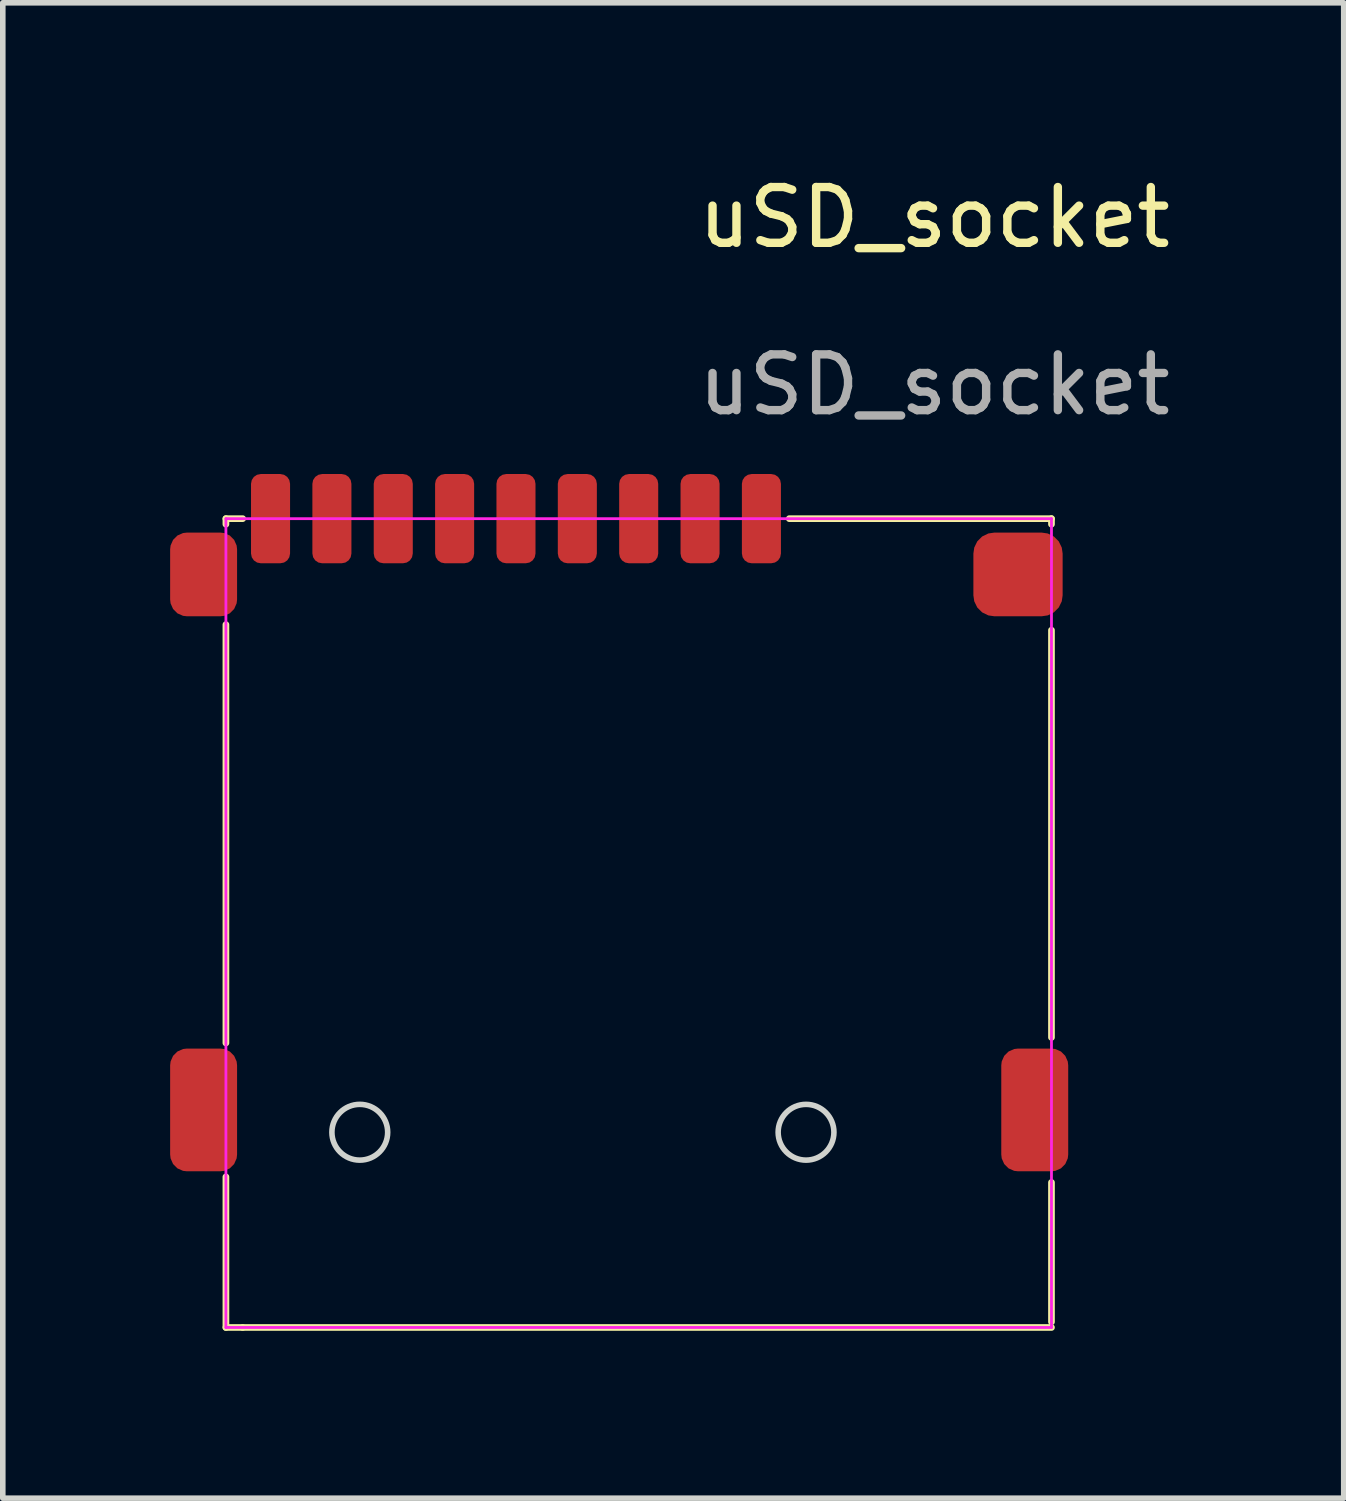
<source format=kicad_pcb>
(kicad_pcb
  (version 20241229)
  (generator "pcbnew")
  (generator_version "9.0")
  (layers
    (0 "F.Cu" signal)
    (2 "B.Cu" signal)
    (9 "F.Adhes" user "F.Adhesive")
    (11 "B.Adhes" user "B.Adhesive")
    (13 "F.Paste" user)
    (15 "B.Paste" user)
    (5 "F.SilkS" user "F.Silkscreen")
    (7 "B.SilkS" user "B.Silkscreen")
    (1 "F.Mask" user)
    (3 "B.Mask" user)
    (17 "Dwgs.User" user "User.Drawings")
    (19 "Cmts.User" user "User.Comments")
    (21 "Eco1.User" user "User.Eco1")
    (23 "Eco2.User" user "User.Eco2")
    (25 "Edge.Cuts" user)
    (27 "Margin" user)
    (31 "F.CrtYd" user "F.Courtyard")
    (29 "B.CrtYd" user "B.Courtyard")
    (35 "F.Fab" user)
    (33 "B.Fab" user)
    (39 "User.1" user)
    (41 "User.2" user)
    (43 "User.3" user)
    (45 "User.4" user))
  (footprint "uSD_socket"
    (layer "F.Cu")
    (at 5.1 9.748)
    (property "Reference" "uSD_socket" (at 8.6 -8.9 0) (unlocked yes) (layer "F.SilkS") (effects (font (size 1 1) (thickness 0.15))))
    (attr smd)
    (fp_line (start -4.1 -3.5) (end -4.1 -3.4) (stroke (width 0.12) (type solid)) (layer "F.SilkS"))
    (fp_line (start -4.1 -3.5) (end -3.8 -3.5) (stroke (width 0.12) (type solid)) (layer "F.SilkS"))
    (fp_line (start -4.1 5.9) (end -4.1 -1.6) (stroke (width 0.12) (type solid)) (layer "F.SilkS"))
    (fp_line (start -4.1 11) (end -4.1 8.3) (stroke (width 0.12) (type solid)) (layer "F.SilkS"))
    (fp_line (start -4.1 11) (end -3.8 11) (stroke (width 0.12) (type solid)) (layer "F.SilkS"))
    (fp_line (start 10.7 -3.5) (end 6 -3.5) (stroke (width 0.12) (type solid)) (layer "F.SilkS"))
    (fp_line (start 10.7 -3.5) (end 10.7 -3.4) (stroke (width 0.12) (type solid)) (layer "F.SilkS"))
    (fp_line (start 10.7 5.8) (end 10.7 -1.5) (stroke (width 0.12) (type solid)) (layer "F.SilkS"))
    (fp_line (start 10.7 10.9) (end 10.7 8.4) (stroke (width 0.12) (type solid)) (layer "F.SilkS"))
    (fp_line (start 10.7 11) (end -3.8 11) (stroke (width 0.12) (type solid)) (layer "F.SilkS"))
    (fp_circle (center -1.7 7.5) (end -1.2 7.5) (stroke (width 0.1) (type solid)) (fill no) (layer "Edge.Cuts"))
    (fp_circle (center 6.3 7.5) (end 6.8 7.5) (stroke (width 0.1) (type solid)) (fill no) (layer "Edge.Cuts"))
    (fp_line (start -4.1 -3.5) (end -4.1 11) (stroke (width 0.05) (type solid)) (layer "F.CrtYd"))
    (fp_line (start -4.1 -3.5) (end 10.7 -3.5) (stroke (width 0.05) (type solid)) (layer "F.CrtYd"))
    (fp_line (start -4.1 11) (end 10.7 11) (stroke (width 0.05) (type solid)) (layer "F.CrtYd"))
    (fp_line (start 10.7 -3.5) (end 10.7 11) (stroke (width 0.05) (type solid)) (layer "F.CrtYd"))
    (fp_text user "${REFERENCE}" (at 8.6 -5.9 0) (unlocked yes) (layer "F.Fab") (effects (font (size 1 1) (thickness 0.15))))
    (pad "" smd roundrect (at -4.5 -2.5) (size 1.2 1.5) (layers "F.Cu" "F.Mask" "F.Paste") (roundrect_rratio 0.25))
    (pad "" smd roundrect (at -4.5 7.1) (size 1.2 2.2) (layers "F.Cu" "F.Mask" "F.Paste") (roundrect_rratio 0.25))
    (pad "" smd roundrect (at 10.1 -2.5) (size 1.6 1.5) (layers "F.Cu" "F.Mask" "F.Paste") (roundrect_rratio 0.25))
    (pad "" smd roundrect (at 10.4 7.1) (size 1.2 2.2) (layers "F.Cu" "F.Mask" "F.Paste") (roundrect_rratio 0.25))
    (pad "1" smd roundrect (at 5.5 -3.5) (size 0.7 1.6) (layers "F.Cu" "F.Mask" "F.Paste") (roundrect_rratio 0.25))
    (pad "2" smd roundrect (at 4.4 -3.5) (size 0.7 1.6) (layers "F.Cu" "F.Mask" "F.Paste") (roundrect_rratio 0.25))
    (pad "3" smd roundrect (at 3.3 -3.5) (size 0.7 1.6) (layers "F.Cu" "F.Mask" "F.Paste") (roundrect_rratio 0.25))
    (pad "4" smd roundrect (at 2.2 -3.5) (size 0.7 1.6) (layers "F.Cu" "F.Mask" "F.Paste") (roundrect_rratio 0.25))
    (pad "5" smd roundrect (at 1.1 -3.5) (size 0.7 1.6) (layers "F.Cu" "F.Mask" "F.Paste") (roundrect_rratio 0.25))
    (pad "6" smd roundrect (at 0 -3.5) (size 0.7 1.6) (layers "F.Cu" "F.Mask" "F.Paste") (roundrect_rratio 0.25))
    (pad "7" smd roundrect (at -1.1 -3.5) (size 0.7 1.6) (layers "F.Cu" "F.Mask" "F.Paste") (roundrect_rratio 0.25))
    (pad "8" smd roundrect (at -2.2 -3.5) (size 0.7 1.6) (layers "F.Cu" "F.Mask" "F.Paste") (roundrect_rratio 0.25))
    (pad "9" smd roundrect (at -3.3 -3.5) (size 0.7 1.6) (layers "F.Cu" "F.Mask" "F.Paste") (roundrect_rratio 0.25)))
  (gr_rect
    (start -3 -3)
    (end 21.039 23.808)
    (stroke (width 0.1) (type default))
    (fill no)
    (layer "Edge.Cuts")))
</source>
